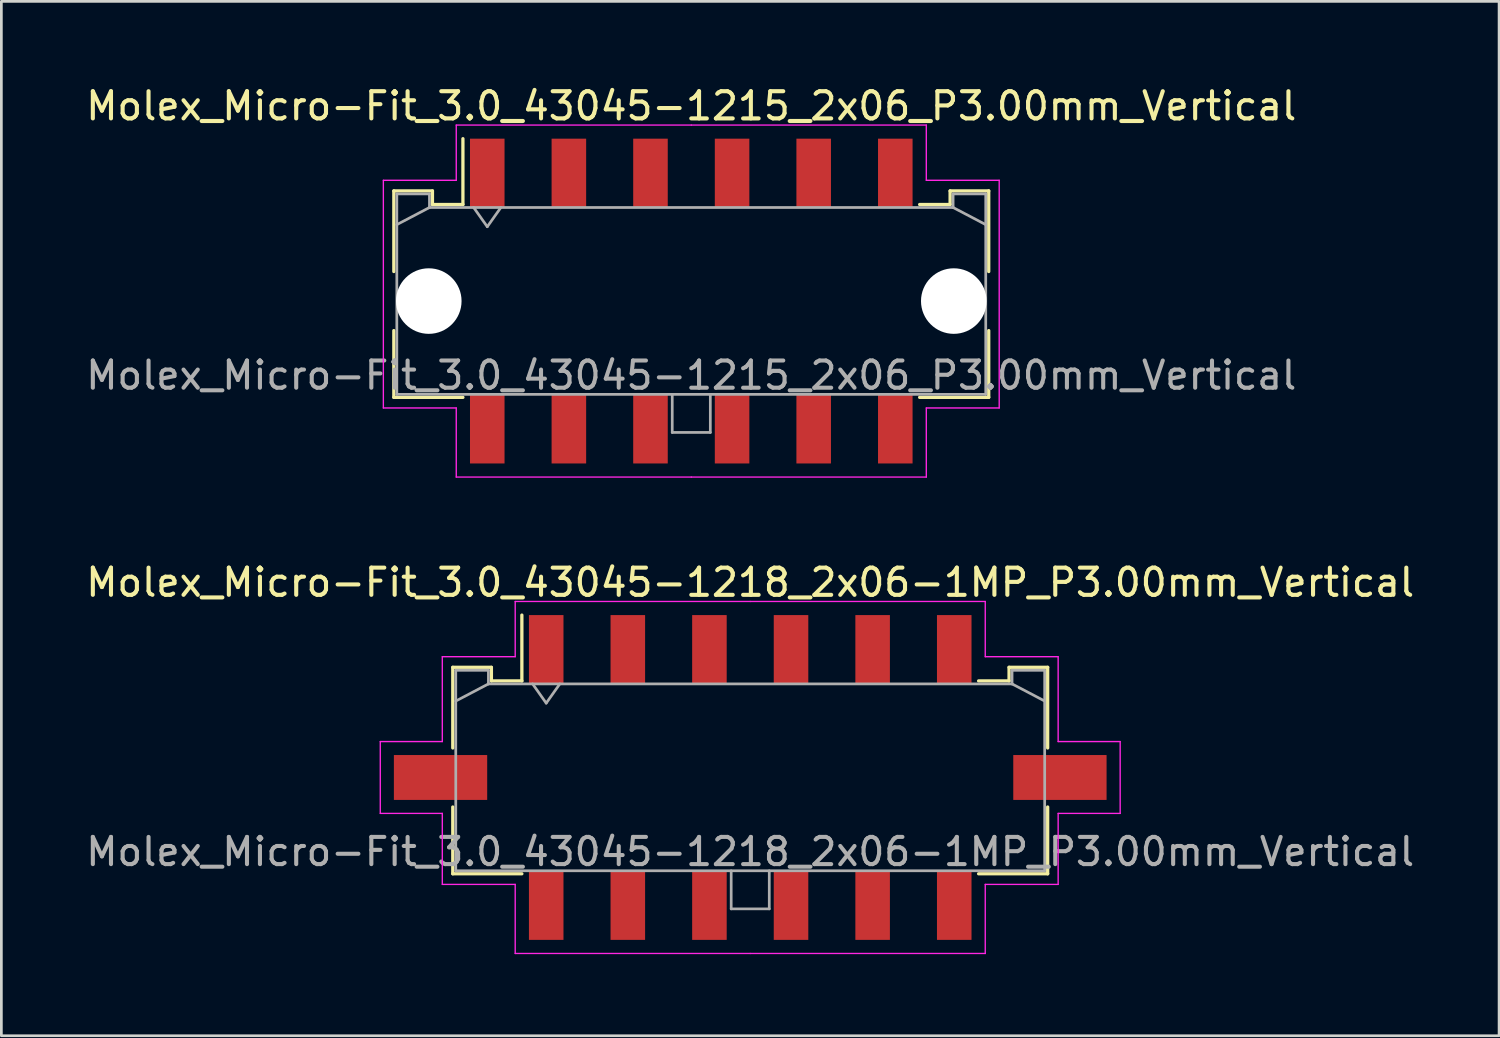
<source format=kicad_pcb>
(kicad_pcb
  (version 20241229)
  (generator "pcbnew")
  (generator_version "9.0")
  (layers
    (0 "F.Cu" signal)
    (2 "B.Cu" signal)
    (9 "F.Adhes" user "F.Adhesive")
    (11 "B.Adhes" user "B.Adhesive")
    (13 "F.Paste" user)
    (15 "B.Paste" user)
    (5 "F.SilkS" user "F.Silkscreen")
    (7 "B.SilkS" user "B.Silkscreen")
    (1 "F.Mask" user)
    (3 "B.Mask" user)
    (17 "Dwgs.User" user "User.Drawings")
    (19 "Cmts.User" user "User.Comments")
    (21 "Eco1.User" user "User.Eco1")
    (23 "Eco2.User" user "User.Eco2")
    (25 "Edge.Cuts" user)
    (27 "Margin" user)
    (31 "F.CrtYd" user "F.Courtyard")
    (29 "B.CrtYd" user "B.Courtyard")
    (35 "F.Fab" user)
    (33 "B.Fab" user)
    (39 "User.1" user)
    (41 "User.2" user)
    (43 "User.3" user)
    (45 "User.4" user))
  (footprint "Molex_Micro-Fit_3.0_43045-1218_2x06-1MP_P3.00mm_Vertical"
    (layer "F.Cu")
    (at 24.53 25.532)
    (property "Reference" "Molex_Micro-Fit_3.0_43045-1218_2x06-1MP_P3.00mm_Vertical" (at 0 -7.17 0) (layer "F.SilkS") (effects (font (size 1 1) (thickness 0.15))))
    (attr smd)
    (fp_line (start -10.935 -4.05) (end -9.515 -4.05) (stroke (width 0.12) (type solid)) (layer "F.SilkS"))
    (fp_line (start -10.935 -1.085) (end -10.935 -4.05) (stroke (width 0.12) (type solid)) (layer "F.SilkS"))
    (fp_line (start -10.935 1.085) (end -10.935 3.54) (stroke (width 0.12) (type solid)) (layer "F.SilkS"))
    (fp_line (start -10.935 3.54) (end -8.395 3.54) (stroke (width 0.12) (type solid)) (layer "F.SilkS"))
    (fp_line (start -9.515 -4.05) (end -9.515 -3.55) (stroke (width 0.12) (type solid)) (layer "F.SilkS"))
    (fp_line (start -9.515 -3.55) (end -8.395 -3.55) (stroke (width 0.12) (type solid)) (layer "F.SilkS"))
    (fp_line (start -8.395 -3.55) (end -8.395 -5.97) (stroke (width 0.12) (type solid)) (layer "F.SilkS"))
    (fp_line (start 9.515 -4.05) (end 9.515 -3.55) (stroke (width 0.12) (type solid)) (layer "F.SilkS"))
    (fp_line (start 9.515 -3.55) (end 8.395 -3.55) (stroke (width 0.12) (type solid)) (layer "F.SilkS"))
    (fp_line (start 10.935 -4.05) (end 9.515 -4.05) (stroke (width 0.12) (type solid)) (layer "F.SilkS"))
    (fp_line (start 10.935 -1.085) (end 10.935 -4.05) (stroke (width 0.12) (type solid)) (layer "F.SilkS"))
    (fp_line (start 10.935 1.085) (end 10.935 3.54) (stroke (width 0.12) (type solid)) (layer "F.SilkS"))
    (fp_line (start 10.935 3.54) (end 8.395 3.54) (stroke (width 0.12) (type solid)) (layer "F.SilkS"))
    (fp_line (start -13.6 -1.32) (end -13.6 1.32) (stroke (width 0.05) (type solid)) (layer "F.CrtYd"))
    (fp_line (start -13.6 1.32) (end -11.32 1.32) (stroke (width 0.05) (type solid)) (layer "F.CrtYd"))
    (fp_line (start -11.32 -4.44) (end -11.32 -1.32) (stroke (width 0.05) (type solid)) (layer "F.CrtYd"))
    (fp_line (start -11.32 -1.32) (end -13.6 -1.32) (stroke (width 0.05) (type solid)) (layer "F.CrtYd"))
    (fp_line (start -11.32 1.32) (end -11.32 3.93) (stroke (width 0.05) (type solid)) (layer "F.CrtYd"))
    (fp_line (start -11.32 3.93) (end -8.64 3.93) (stroke (width 0.05) (type solid)) (layer "F.CrtYd"))
    (fp_line (start -8.64 -6.47) (end -8.64 -4.44) (stroke (width 0.05) (type solid)) (layer "F.CrtYd"))
    (fp_line (start -8.64 -4.44) (end -11.32 -4.44) (stroke (width 0.05) (type solid)) (layer "F.CrtYd"))
    (fp_line (start -8.64 3.93) (end -8.64 6.47) (stroke (width 0.05) (type solid)) (layer "F.CrtYd"))
    (fp_line (start -8.64 6.47) (end 0 6.47) (stroke (width 0.05) (type solid)) (layer "F.CrtYd"))
    (fp_line (start 0 -6.47) (end -8.64 -6.47) (stroke (width 0.05) (type solid)) (layer "F.CrtYd"))
    (fp_line (start 0 -6.47) (end 8.64 -6.47) (stroke (width 0.05) (type solid)) (layer "F.CrtYd"))
    (fp_line (start 8.64 -6.47) (end 8.64 -4.44) (stroke (width 0.05) (type solid)) (layer "F.CrtYd"))
    (fp_line (start 8.64 -4.44) (end 11.32 -4.44) (stroke (width 0.05) (type solid)) (layer "F.CrtYd"))
    (fp_line (start 8.64 3.93) (end 8.64 6.47) (stroke (width 0.05) (type solid)) (layer "F.CrtYd"))
    (fp_line (start 8.64 6.47) (end 0 6.47) (stroke (width 0.05) (type solid)) (layer "F.CrtYd"))
    (fp_line (start 11.32 -4.44) (end 11.32 -1.32) (stroke (width 0.05) (type solid)) (layer "F.CrtYd"))
    (fp_line (start 11.32 -1.32) (end 13.6 -1.32) (stroke (width 0.05) (type solid)) (layer "F.CrtYd"))
    (fp_line (start 11.32 1.32) (end 11.32 3.93) (stroke (width 0.05) (type solid)) (layer "F.CrtYd"))
    (fp_line (start 11.32 3.93) (end 8.64 3.93) (stroke (width 0.05) (type solid)) (layer "F.CrtYd"))
    (fp_line (start 13.6 -1.32) (end 13.6 1.32) (stroke (width 0.05) (type solid)) (layer "F.CrtYd"))
    (fp_line (start 13.6 1.32) (end 11.32 1.32) (stroke (width 0.05) (type solid)) (layer "F.CrtYd"))
    (fp_line (start -10.825 -3.94) (end -10.825 3.43) (stroke (width 0.1) (type solid)) (layer "F.Fab"))
    (fp_line (start -10.825 -2.81) (end -9.625 -3.44) (stroke (width 0.1) (type solid)) (layer "F.Fab"))
    (fp_line (start -10.825 3.43) (end 10.825 3.43) (stroke (width 0.1) (type solid)) (layer "F.Fab"))
    (fp_line (start -9.625 -3.94) (end -10.825 -3.94) (stroke (width 0.1) (type solid)) (layer "F.Fab"))
    (fp_line (start -9.625 -3.44) (end -9.625 -3.94) (stroke (width 0.1) (type solid)) (layer "F.Fab"))
    (fp_line (start -8 -3.44) (end -7.5 -2.733) (stroke (width 0.1) (type solid)) (layer "F.Fab"))
    (fp_line (start -7.5 -2.733) (end -7 -3.44) (stroke (width 0.1) (type solid)) (layer "F.Fab"))
    (fp_line (start -0.7 3.43) (end -0.7 4.83) (stroke (width 0.1) (type solid)) (layer "F.Fab"))
    (fp_line (start -0.7 4.83) (end 0.7 4.83) (stroke (width 0.1) (type solid)) (layer "F.Fab"))
    (fp_line (start 0.7 4.83) (end 0.7 3.43) (stroke (width 0.1) (type solid)) (layer "F.Fab"))
    (fp_line (start 9.625 -3.94) (end 9.625 -3.44) (stroke (width 0.1) (type solid)) (layer "F.Fab"))
    (fp_line (start 9.625 -3.44) (end -9.625 -3.44) (stroke (width 0.1) (type solid)) (layer "F.Fab"))
    (fp_line (start 10.825 -3.94) (end 9.625 -3.94) (stroke (width 0.1) (type solid)) (layer "F.Fab"))
    (fp_line (start 10.825 -2.81) (end 9.625 -3.44) (stroke (width 0.1) (type solid)) (layer "F.Fab"))
    (fp_line (start 10.825 3.43) (end 10.825 -3.94) (stroke (width 0.1) (type solid)) (layer "F.Fab"))
    (fp_text user "${REFERENCE}" (at 0 2.73 0) (layer "F.Fab") (effects (font (size 1 1) (thickness 0.15))))
    (pad "1" smd rect (at -7.5 -4.7) (size 1.27 2.54) (layers "F.Cu" "F.Mask" "F.Paste"))
    (pad "2" smd rect (at -4.5 -4.7) (size 1.27 2.54) (layers "F.Cu" "F.Mask" "F.Paste"))
    (pad "3" smd rect (at -1.5 -4.7) (size 1.27 2.54) (layers "F.Cu" "F.Mask" "F.Paste"))
    (pad "4" smd rect (at 1.5 -4.7) (size 1.27 2.54) (layers "F.Cu" "F.Mask" "F.Paste"))
    (pad "5" smd rect (at 4.5 -4.7) (size 1.27 2.54) (layers "F.Cu" "F.Mask" "F.Paste"))
    (pad "6" smd rect (at 7.5 -4.7) (size 1.27 2.54) (layers "F.Cu" "F.Mask" "F.Paste"))
    (pad "7" smd rect (at -7.5 4.7) (size 1.27 2.54) (layers "F.Cu" "F.Mask" "F.Paste"))
    (pad "8" smd rect (at -4.5 4.7) (size 1.27 2.54) (layers "F.Cu" "F.Mask" "F.Paste"))
    (pad "9" smd rect (at -1.5 4.7) (size 1.27 2.54) (layers "F.Cu" "F.Mask" "F.Paste"))
    (pad "10" smd rect (at 1.5 4.7) (size 1.27 2.54) (layers "F.Cu" "F.Mask" "F.Paste"))
    (pad "11" smd rect (at 4.5 4.7) (size 1.27 2.54) (layers "F.Cu" "F.Mask" "F.Paste"))
    (pad "12" smd rect (at 7.5 4.7) (size 1.27 2.54) (layers "F.Cu" "F.Mask" "F.Paste"))
    (pad "MP" smd rect (at -11.385 0) (size 3.43 1.65) (layers "F.Cu" "F.Mask" "F.Paste"))
    (pad "MP" smd rect (at 11.385 0) (size 3.43 1.65) (layers "F.Cu" "F.Mask" "F.Paste")))
  (footprint "Molex_Micro-Fit_3.0_43045-1215_2x06_P3.00mm_Vertical"
    (layer "F.Cu")
    (at 22.363 8.018)
    (property "Reference" "Molex_Micro-Fit_3.0_43045-1215_2x06_P3.00mm_Vertical" (at 0 -7.17 0) (layer "F.SilkS") (effects (font (size 1 1) (thickness 0.15))))
    (attr smd)
    (fp_line (start -10.935 -4.05) (end -9.515 -4.05) (stroke (width 0.12) (type solid)) (layer "F.SilkS"))
    (fp_line (start -10.935 -1.085) (end -10.935 -4.05) (stroke (width 0.12) (type solid)) (layer "F.SilkS"))
    (fp_line (start -10.935 1.085) (end -10.935 3.54) (stroke (width 0.12) (type solid)) (layer "F.SilkS"))
    (fp_line (start -10.935 3.54) (end -8.395 3.54) (stroke (width 0.12) (type solid)) (layer "F.SilkS"))
    (fp_line (start -9.515 -4.05) (end -9.515 -3.55) (stroke (width 0.12) (type solid)) (layer "F.SilkS"))
    (fp_line (start -9.515 -3.55) (end -8.395 -3.55) (stroke (width 0.12) (type solid)) (layer "F.SilkS"))
    (fp_line (start -8.395 -3.55) (end -8.395 -5.97) (stroke (width 0.12) (type solid)) (layer "F.SilkS"))
    (fp_line (start 9.515 -4.05) (end 9.515 -3.55) (stroke (width 0.12) (type solid)) (layer "F.SilkS"))
    (fp_line (start 9.515 -3.55) (end 8.395 -3.55) (stroke (width 0.12) (type solid)) (layer "F.SilkS"))
    (fp_line (start 10.935 -4.05) (end 9.515 -4.05) (stroke (width 0.12) (type solid)) (layer "F.SilkS"))
    (fp_line (start 10.935 -1.085) (end 10.935 -4.05) (stroke (width 0.12) (type solid)) (layer "F.SilkS"))
    (fp_line (start 10.935 1.085) (end 10.935 3.54) (stroke (width 0.12) (type solid)) (layer "F.SilkS"))
    (fp_line (start 10.935 3.54) (end 8.395 3.54) (stroke (width 0.12) (type solid)) (layer "F.SilkS"))
    (fp_line (start -11.32 -4.44) (end -11.32 3.93) (stroke (width 0.05) (type solid)) (layer "F.CrtYd"))
    (fp_line (start -11.32 3.93) (end -8.64 3.93) (stroke (width 0.05) (type solid)) (layer "F.CrtYd"))
    (fp_line (start -8.64 -6.47) (end -8.64 -4.44) (stroke (width 0.05) (type solid)) (layer "F.CrtYd"))
    (fp_line (start -8.64 -4.44) (end -11.32 -4.44) (stroke (width 0.05) (type solid)) (layer "F.CrtYd"))
    (fp_line (start -8.64 3.93) (end -8.64 6.47) (stroke (width 0.05) (type solid)) (layer "F.CrtYd"))
    (fp_line (start -8.64 6.47) (end 0 6.47) (stroke (width 0.05) (type solid)) (layer "F.CrtYd"))
    (fp_line (start 0 -6.47) (end -8.64 -6.47) (stroke (width 0.05) (type solid)) (layer "F.CrtYd"))
    (fp_line (start 0 -6.47) (end 8.64 -6.47) (stroke (width 0.05) (type solid)) (layer "F.CrtYd"))
    (fp_line (start 8.64 -6.47) (end 8.64 -4.44) (stroke (width 0.05) (type solid)) (layer "F.CrtYd"))
    (fp_line (start 8.64 -4.44) (end 11.32 -4.44) (stroke (width 0.05) (type solid)) (layer "F.CrtYd"))
    (fp_line (start 8.64 3.93) (end 8.64 6.47) (stroke (width 0.05) (type solid)) (layer "F.CrtYd"))
    (fp_line (start 8.64 6.47) (end 0 6.47) (stroke (width 0.05) (type solid)) (layer "F.CrtYd"))
    (fp_line (start 11.32 -4.44) (end 11.32 3.93) (stroke (width 0.05) (type solid)) (layer "F.CrtYd"))
    (fp_line (start 11.32 3.93) (end 8.64 3.93) (stroke (width 0.05) (type solid)) (layer "F.CrtYd"))
    (fp_line (start -10.825 -3.94) (end -10.825 3.43) (stroke (width 0.1) (type solid)) (layer "F.Fab"))
    (fp_line (start -10.825 -2.81) (end -9.625 -3.44) (stroke (width 0.1) (type solid)) (layer "F.Fab"))
    (fp_line (start -10.825 3.43) (end 10.825 3.43) (stroke (width 0.1) (type solid)) (layer "F.Fab"))
    (fp_line (start -9.625 -3.94) (end -10.825 -3.94) (stroke (width 0.1) (type solid)) (layer "F.Fab"))
    (fp_line (start -9.625 -3.44) (end -9.625 -3.94) (stroke (width 0.1) (type solid)) (layer "F.Fab"))
    (fp_line (start -8 -3.44) (end -7.5 -2.733) (stroke (width 0.1) (type solid)) (layer "F.Fab"))
    (fp_line (start -7.5 -2.733) (end -7 -3.44) (stroke (width 0.1) (type solid)) (layer "F.Fab"))
    (fp_line (start -0.7 3.43) (end -0.7 4.83) (stroke (width 0.1) (type solid)) (layer "F.Fab"))
    (fp_line (start -0.7 4.83) (end 0.7 4.83) (stroke (width 0.1) (type solid)) (layer "F.Fab"))
    (fp_line (start 0.7 4.83) (end 0.7 3.43) (stroke (width 0.1) (type solid)) (layer "F.Fab"))
    (fp_line (start 9.625 -3.94) (end 9.625 -3.44) (stroke (width 0.1) (type solid)) (layer "F.Fab"))
    (fp_line (start 9.625 -3.44) (end -9.625 -3.44) (stroke (width 0.1) (type solid)) (layer "F.Fab"))
    (fp_line (start 10.825 -3.94) (end 9.625 -3.94) (stroke (width 0.1) (type solid)) (layer "F.Fab"))
    (fp_line (start 10.825 -2.81) (end 9.625 -3.44) (stroke (width 0.1) (type solid)) (layer "F.Fab"))
    (fp_line (start 10.825 3.43) (end 10.825 -3.94) (stroke (width 0.1) (type solid)) (layer "F.Fab"))
    (fp_text user "${REFERENCE}" (at 0 2.73 0) (layer "F.Fab") (effects (font (size 1 1) (thickness 0.15))))
    (pad "" np_thru_hole circle (at -9.65 0) (size 2.41 2.41) (drill 2.41) (layers "*.Cu" "*.Mask"))
    (pad "" np_thru_hole circle (at 9.65 0) (size 2.41 2.41) (drill 2.41) (layers "*.Cu" "*.Mask"))
    (pad "1" smd rect (at -7.5 -4.7) (size 1.27 2.54) (layers "F.Cu" "F.Mask" "F.Paste"))
    (pad "2" smd rect (at -4.5 -4.7) (size 1.27 2.54) (layers "F.Cu" "F.Mask" "F.Paste"))
    (pad "3" smd rect (at -1.5 -4.7) (size 1.27 2.54) (layers "F.Cu" "F.Mask" "F.Paste"))
    (pad "4" smd rect (at 1.5 -4.7) (size 1.27 2.54) (layers "F.Cu" "F.Mask" "F.Paste"))
    (pad "5" smd rect (at 4.5 -4.7) (size 1.27 2.54) (layers "F.Cu" "F.Mask" "F.Paste"))
    (pad "6" smd rect (at 7.5 -4.7) (size 1.27 2.54) (layers "F.Cu" "F.Mask" "F.Paste"))
    (pad "7" smd rect (at -7.5 4.7) (size 1.27 2.54) (layers "F.Cu" "F.Mask" "F.Paste"))
    (pad "8" smd rect (at -4.5 4.7) (size 1.27 2.54) (layers "F.Cu" "F.Mask" "F.Paste"))
    (pad "9" smd rect (at -1.5 4.7) (size 1.27 2.54) (layers "F.Cu" "F.Mask" "F.Paste"))
    (pad "10" smd rect (at 1.5 4.7) (size 1.27 2.54) (layers "F.Cu" "F.Mask" "F.Paste"))
    (pad "11" smd rect (at 4.5 4.7) (size 1.27 2.54) (layers "F.Cu" "F.Mask" "F.Paste"))
    (pad "12" smd rect (at 7.5 4.7) (size 1.27 2.54) (layers "F.Cu" "F.Mask" "F.Paste")))
  (gr_rect
    (start -3 -3)
    (end 52.06 35.026)
    (stroke (width 0.1) (type default))
    (fill no)
    (layer "Edge.Cuts")))
</source>
